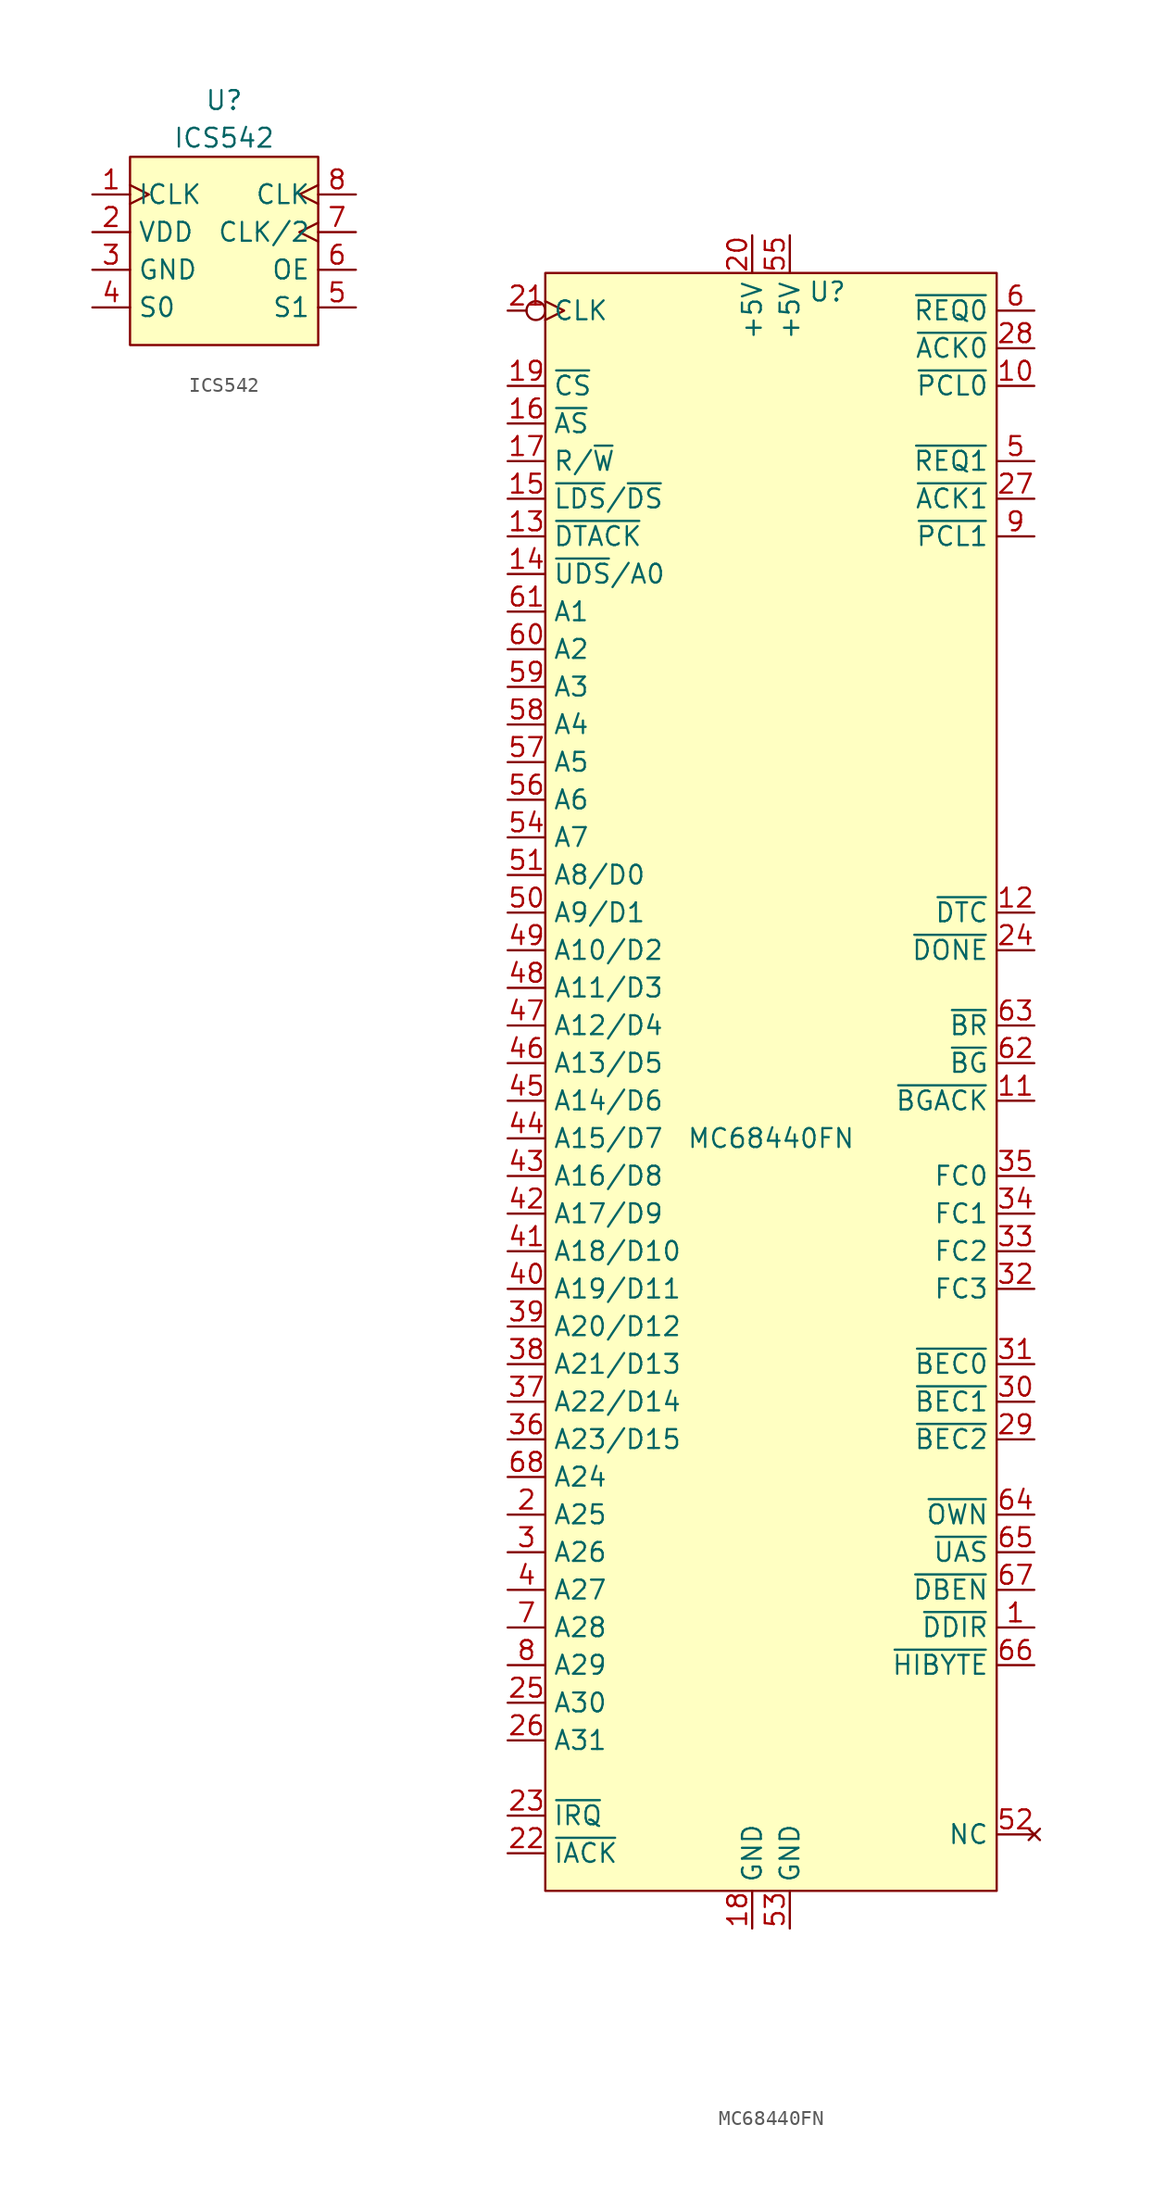
<source format=kicad_sym>
(kicad_symbol_lib
  (version 20220914)
  (generator kicad_symbol_editor)
  (symbol "ICS542"
    (property "Reference" "U"
      (at 0 10.16 0)
      (effects (font (size 1.27 1.27))))
    (property "Value" "ICS542"
      (at 0 7.62 0)
      (effects (font (size 1.27 1.27))))
    (symbol "ICS542_1_1"
      (rectangle (start -6.35 6.35) (end 6.35 -6.35) (stroke (width 0) (type default)) (fill (type background)))
      (pin input clock (at -8.89 3.81 0) (length 2.54) (name "ICLK" (effects (font (size 1.27 1.27)))) (number "1" (effects (font (size 1.27 1.27)))))
      (pin power_in line (at -8.89 1.27 0) (length 2.54) (name "VDD" (effects (font (size 1.27 1.27)))) (number "2" (effects (font (size 1.27 1.27)))))
      (pin power_in line (at -8.89 -1.27 0) (length 2.54) (name "GND" (effects (font (size 1.27 1.27)))) (number "3" (effects (font (size 1.27 1.27)))))
      (pin input line (at -8.89 -3.81 0) (length 2.54) (name "S0" (effects (font (size 1.27 1.27)))) (number "4" (effects (font (size 1.27 1.27)))))
      (pin input line (at 8.89 -3.81 180) (length 2.54) (name "S1" (effects (font (size 1.27 1.27)))) (number "5" (effects (font (size 1.27 1.27)))))
      (pin input line (at 8.89 -1.27 180) (length 2.54) (name "OE" (effects (font (size 1.27 1.27)))) (number "6" (effects (font (size 1.27 1.27)))))
      (pin output clock (at 8.89 1.27 180) (length 2.54) (name "CLK/2" (effects (font (size 1.27 1.27)))) (number "7" (effects (font (size 1.27 1.27)))))
      (pin output clock (at 8.89 3.81 180) (length 2.54) (name "CLK" (effects (font (size 1.27 1.27)))) (number "8" (effects (font (size 1.27 1.27)))))))
  (symbol "MC68440FN"
    (property "Reference" "U"
      (at 3.81 57.15 0)
      (effects (font (size 1.27 1.27))))
    (property "Value" "MC68440FN"
      (at 0 0 0)
      (effects (font (size 1.27 1.27))))
    (symbol "MC68440FN_1_1"
      (rectangle (start -15.24 58.42) (end 15.24 -50.8) (stroke (width 0) (type default)) (fill (type background)))
      (pin output line (at 17.78 -33.02 180) (length 2.54) (name "~{DDIR}" (effects (font (size 1.27 1.27)))) (number "1" (effects (font (size 1.27 1.27)))))
      (pin bidirectional line (at 17.78 50.8 180) (length 2.54) (name "~{PCL0}" (effects (font (size 1.27 1.27)))) (number "10" (effects (font (size 1.27 1.27)))))
      (pin bidirectional line (at 17.78 2.54 180) (length 2.54) (name "~{BGACK}" (effects (font (size 1.27 1.27)))) (number "11" (effects (font (size 1.27 1.27)))))
      (pin output line (at 17.78 15.24 180) (length 2.54) (name "~{DTC}" (effects (font (size 1.27 1.27)))) (number "12" (effects (font (size 1.27 1.27)))))
      (pin bidirectional line (at -17.78 40.64 0) (length 2.54) (name "~{DTACK}" (effects (font (size 1.27 1.27)))) (number "13" (effects (font (size 1.27 1.27)))))
      (pin bidirectional line (at -17.78 38.1 0) (length 2.54) (name "~{UDS}/A0" (effects (font (size 1.27 1.27)))) (number "14" (effects (font (size 1.27 1.27)))))
      (pin bidirectional line (at -17.78 43.18 0) (length 2.54) (name "~{LDS}/~{DS}" (effects (font (size 1.27 1.27)))) (number "15" (effects (font (size 1.27 1.27)))))
      (pin bidirectional line (at -17.78 48.26 0) (length 2.54) (name "~{AS}" (effects (font (size 1.27 1.27)))) (number "16" (effects (font (size 1.27 1.27)))))
      (pin bidirectional line (at -17.78 45.72 0) (length 2.54) (name "R/~{W}" (effects (font (size 1.27 1.27)))) (number "17" (effects (font (size 1.27 1.27)))))
      (pin power_in line (at -1.27 -53.34 90) (length 2.54) (name "GND" (effects (font (size 1.27 1.27)))) (number "18" (effects (font (size 1.27 1.27)))))
      (pin input line (at -17.78 50.8 0) (length 2.54) (name "~{CS}" (effects (font (size 1.27 1.27)))) (number "19" (effects (font (size 1.27 1.27)))))
      (pin output line (at -17.78 -25.4 0) (length 2.54) (name "A25" (effects (font (size 1.27 1.27)))) (number "2" (effects (font (size 1.27 1.27)))))
      (pin power_in line (at -1.27 60.96 270) (length 2.54) (name "+5V" (effects (font (size 1.27 1.27)))) (number "20" (effects (font (size 1.27 1.27)))))
      (pin input inverted_clock (at -17.78 55.88 0) (length 2.54) (name "CLK" (effects (font (size 1.27 1.27)))) (number "21" (effects (font (size 1.27 1.27)))))
      (pin input line (at -17.78 -48.26 0) (length 2.54) (name "~{IACK}" (effects (font (size 1.27 1.27)))) (number "22" (effects (font (size 1.27 1.27)))))
      (pin output line (at -17.78 -45.72 0) (length 2.54) (name "~{IRQ}" (effects (font (size 1.27 1.27)))) (number "23" (effects (font (size 1.27 1.27)))))
      (pin bidirectional line (at 17.78 12.7 180) (length 2.54) (name "~{DONE}" (effects (font (size 1.27 1.27)))) (number "24" (effects (font (size 1.27 1.27)))))
      (pin output line (at -17.78 -38.1 0) (length 2.54) (name "A30" (effects (font (size 1.27 1.27)))) (number "25" (effects (font (size 1.27 1.27)))))
      (pin output line (at -17.78 -40.64 0) (length 2.54) (name "A31" (effects (font (size 1.27 1.27)))) (number "26" (effects (font (size 1.27 1.27)))))
      (pin output line (at 17.78 43.18 180) (length 2.54) (name "~{ACK1}" (effects (font (size 1.27 1.27)))) (number "27" (effects (font (size 1.27 1.27)))))
      (pin output line (at 17.78 53.34 180) (length 2.54) (name "~{ACK0}" (effects (font (size 1.27 1.27)))) (number "28" (effects (font (size 1.27 1.27)))))
      (pin input line (at 17.78 -20.32 180) (length 2.54) (name "~{BEC2}" (effects (font (size 1.27 1.27)))) (number "29" (effects (font (size 1.27 1.27)))))
      (pin output line (at -17.78 -27.94 0) (length 2.54) (name "A26" (effects (font (size 1.27 1.27)))) (number "3" (effects (font (size 1.27 1.27)))))
      (pin input line (at 17.78 -17.78 180) (length 2.54) (name "~{BEC1}" (effects (font (size 1.27 1.27)))) (number "30" (effects (font (size 1.27 1.27)))))
      (pin input line (at 17.78 -15.24 180) (length 2.54) (name "~{BEC0}" (effects (font (size 1.27 1.27)))) (number "31" (effects (font (size 1.27 1.27)))))
      (pin output line (at 17.78 -10.16 180) (length 2.54) (name "FC3" (effects (font (size 1.27 1.27)))) (number "32" (effects (font (size 1.27 1.27)))))
      (pin output line (at 17.78 -7.62 180) (length 2.54) (name "FC2" (effects (font (size 1.27 1.27)))) (number "33" (effects (font (size 1.27 1.27)))))
      (pin output line (at 17.78 -5.08 180) (length 2.54) (name "FC1" (effects (font (size 1.27 1.27)))) (number "34" (effects (font (size 1.27 1.27)))))
      (pin output line (at 17.78 -2.54 180) (length 2.54) (name "FC0" (effects (font (size 1.27 1.27)))) (number "35" (effects (font (size 1.27 1.27)))))
      (pin output line (at -17.78 -20.32 0) (length 2.54) (name "A23/D15" (effects (font (size 1.27 1.27)))) (number "36" (effects (font (size 1.27 1.27)))))
      (pin output line (at -17.78 -17.78 0) (length 2.54) (name "A22/D14" (effects (font (size 1.27 1.27)))) (number "37" (effects (font (size 1.27 1.27)))))
      (pin output line (at -17.78 -15.24 0) (length 2.54) (name "A21/D13" (effects (font (size 1.27 1.27)))) (number "38" (effects (font (size 1.27 1.27)))))
      (pin output line (at -17.78 -12.7 0) (length 2.54) (name "A20/D12" (effects (font (size 1.27 1.27)))) (number "39" (effects (font (size 1.27 1.27)))))
      (pin output line (at -17.78 -30.48 0) (length 2.54) (name "A27" (effects (font (size 1.27 1.27)))) (number "4" (effects (font (size 1.27 1.27)))))
      (pin output line (at -17.78 -10.16 0) (length 2.54) (name "A19/D11" (effects (font (size 1.27 1.27)))) (number "40" (effects (font (size 1.27 1.27)))))
      (pin output line (at -17.78 -7.62 0) (length 2.54) (name "A18/D10" (effects (font (size 1.27 1.27)))) (number "41" (effects (font (size 1.27 1.27)))))
      (pin output line (at -17.78 -5.08 0) (length 2.54) (name "A17/D9" (effects (font (size 1.27 1.27)))) (number "42" (effects (font (size 1.27 1.27)))))
      (pin output line (at -17.78 -2.54 0) (length 2.54) (name "A16/D8" (effects (font (size 1.27 1.27)))) (number "43" (effects (font (size 1.27 1.27)))))
      (pin output line (at -17.78 0 0) (length 2.54) (name "A15/D7" (effects (font (size 1.27 1.27)))) (number "44" (effects (font (size 1.27 1.27)))))
      (pin output line (at -17.78 2.54 0) (length 2.54) (name "A14/D6" (effects (font (size 1.27 1.27)))) (number "45" (effects (font (size 1.27 1.27)))))
      (pin output line (at -17.78 5.08 0) (length 2.54) (name "A13/D5" (effects (font (size 1.27 1.27)))) (number "46" (effects (font (size 1.27 1.27)))))
      (pin output line (at -17.78 7.62 0) (length 2.54) (name "A12/D4" (effects (font (size 1.27 1.27)))) (number "47" (effects (font (size 1.27 1.27)))))
      (pin output line (at -17.78 10.16 0) (length 2.54) (name "A11/D3" (effects (font (size 1.27 1.27)))) (number "48" (effects (font (size 1.27 1.27)))))
      (pin output line (at -17.78 12.7 0) (length 2.54) (name "A10/D2" (effects (font (size 1.27 1.27)))) (number "49" (effects (font (size 1.27 1.27)))))
      (pin input line (at 17.78 45.72 180) (length 2.54) (name "~{REQ1}" (effects (font (size 1.27 1.27)))) (number "5" (effects (font (size 1.27 1.27)))))
      (pin output line (at -17.78 15.24 0) (length 2.54) (name "A9/D1" (effects (font (size 1.27 1.27)))) (number "50" (effects (font (size 1.27 1.27)))))
      (pin output line (at -17.78 17.78 0) (length 2.54) (name "A8/D0" (effects (font (size 1.27 1.27)))) (number "51" (effects (font (size 1.27 1.27)))))
      (pin no_connect line (at 17.78 -46.99 180) (length 2.54) (name "NC" (effects (font (size 1.27 1.27)))) (number "52" (effects (font (size 1.27 1.27)))))
      (pin power_in line (at 1.27 -53.34 90) (length 2.54) (name "GND" (effects (font (size 1.27 1.27)))) (number "53" (effects (font (size 1.27 1.27)))))
      (pin bidirectional line (at -17.78 20.32 0) (length 2.54) (name "A7" (effects (font (size 1.27 1.27)))) (number "54" (effects (font (size 1.27 1.27)))))
      (pin power_in line (at 1.27 60.96 270) (length 2.54) (name "+5V" (effects (font (size 1.27 1.27)))) (number "55" (effects (font (size 1.27 1.27)))))
      (pin bidirectional line (at -17.78 22.86 0) (length 2.54) (name "A6" (effects (font (size 1.27 1.27)))) (number "56" (effects (font (size 1.27 1.27)))))
      (pin bidirectional line (at -17.78 25.4 0) (length 2.54) (name "A5" (effects (font (size 1.27 1.27)))) (number "57" (effects (font (size 1.27 1.27)))))
      (pin bidirectional line (at -17.78 27.94 0) (length 2.54) (name "A4" (effects (font (size 1.27 1.27)))) (number "58" (effects (font (size 1.27 1.27)))))
      (pin bidirectional line (at -17.78 30.48 0) (length 2.54) (name "A3" (effects (font (size 1.27 1.27)))) (number "59" (effects (font (size 1.27 1.27)))))
      (pin input line (at 17.78 55.88 180) (length 2.54) (name "~{REQ0}" (effects (font (size 1.27 1.27)))) (number "6" (effects (font (size 1.27 1.27)))))
      (pin bidirectional line (at -17.78 33.02 0) (length 2.54) (name "A2" (effects (font (size 1.27 1.27)))) (number "60" (effects (font (size 1.27 1.27)))))
      (pin bidirectional line (at -17.78 35.56 0) (length 2.54) (name "A1" (effects (font (size 1.27 1.27)))) (number "61" (effects (font (size 1.27 1.27)))))
      (pin input line (at 17.78 5.08 180) (length 2.54) (name "~{BG}" (effects (font (size 1.27 1.27)))) (number "62" (effects (font (size 1.27 1.27)))))
      (pin output line (at 17.78 7.62 180) (length 2.54) (name "~{BR}" (effects (font (size 1.27 1.27)))) (number "63" (effects (font (size 1.27 1.27)))))
      (pin output line (at 17.78 -25.4 180) (length 2.54) (name "~{OWN}" (effects (font (size 1.27 1.27)))) (number "64" (effects (font (size 1.27 1.27)))))
      (pin output line (at 17.78 -27.94 180) (length 2.54) (name "~{UAS}" (effects (font (size 1.27 1.27)))) (number "65" (effects (font (size 1.27 1.27)))))
      (pin output line (at 17.78 -35.56 180) (length 2.54) (name "~{HIBYTE}" (effects (font (size 1.27 1.27)))) (number "66" (effects (font (size 1.27 1.27)))))
      (pin output line (at 17.78 -30.48 180) (length 2.54) (name "~{DBEN}" (effects (font (size 1.27 1.27)))) (number "67" (effects (font (size 1.27 1.27)))))
      (pin output line (at -17.78 -22.86 0) (length 2.54) (name "A24" (effects (font (size 1.27 1.27)))) (number "68" (effects (font (size 1.27 1.27)))))
      (pin output line (at -17.78 -33.02 0) (length 2.54) (name "A28" (effects (font (size 1.27 1.27)))) (number "7" (effects (font (size 1.27 1.27)))))
      (pin output line (at -17.78 -35.56 0) (length 2.54) (name "A29" (effects (font (size 1.27 1.27)))) (number "8" (effects (font (size 1.27 1.27)))))
      (pin bidirectional line (at 17.78 40.64 180) (length 2.54) (name "~{PCL1}" (effects (font (size 1.27 1.27)))) (number "9" (effects (font (size 1.27 1.27))))))))
</source>
